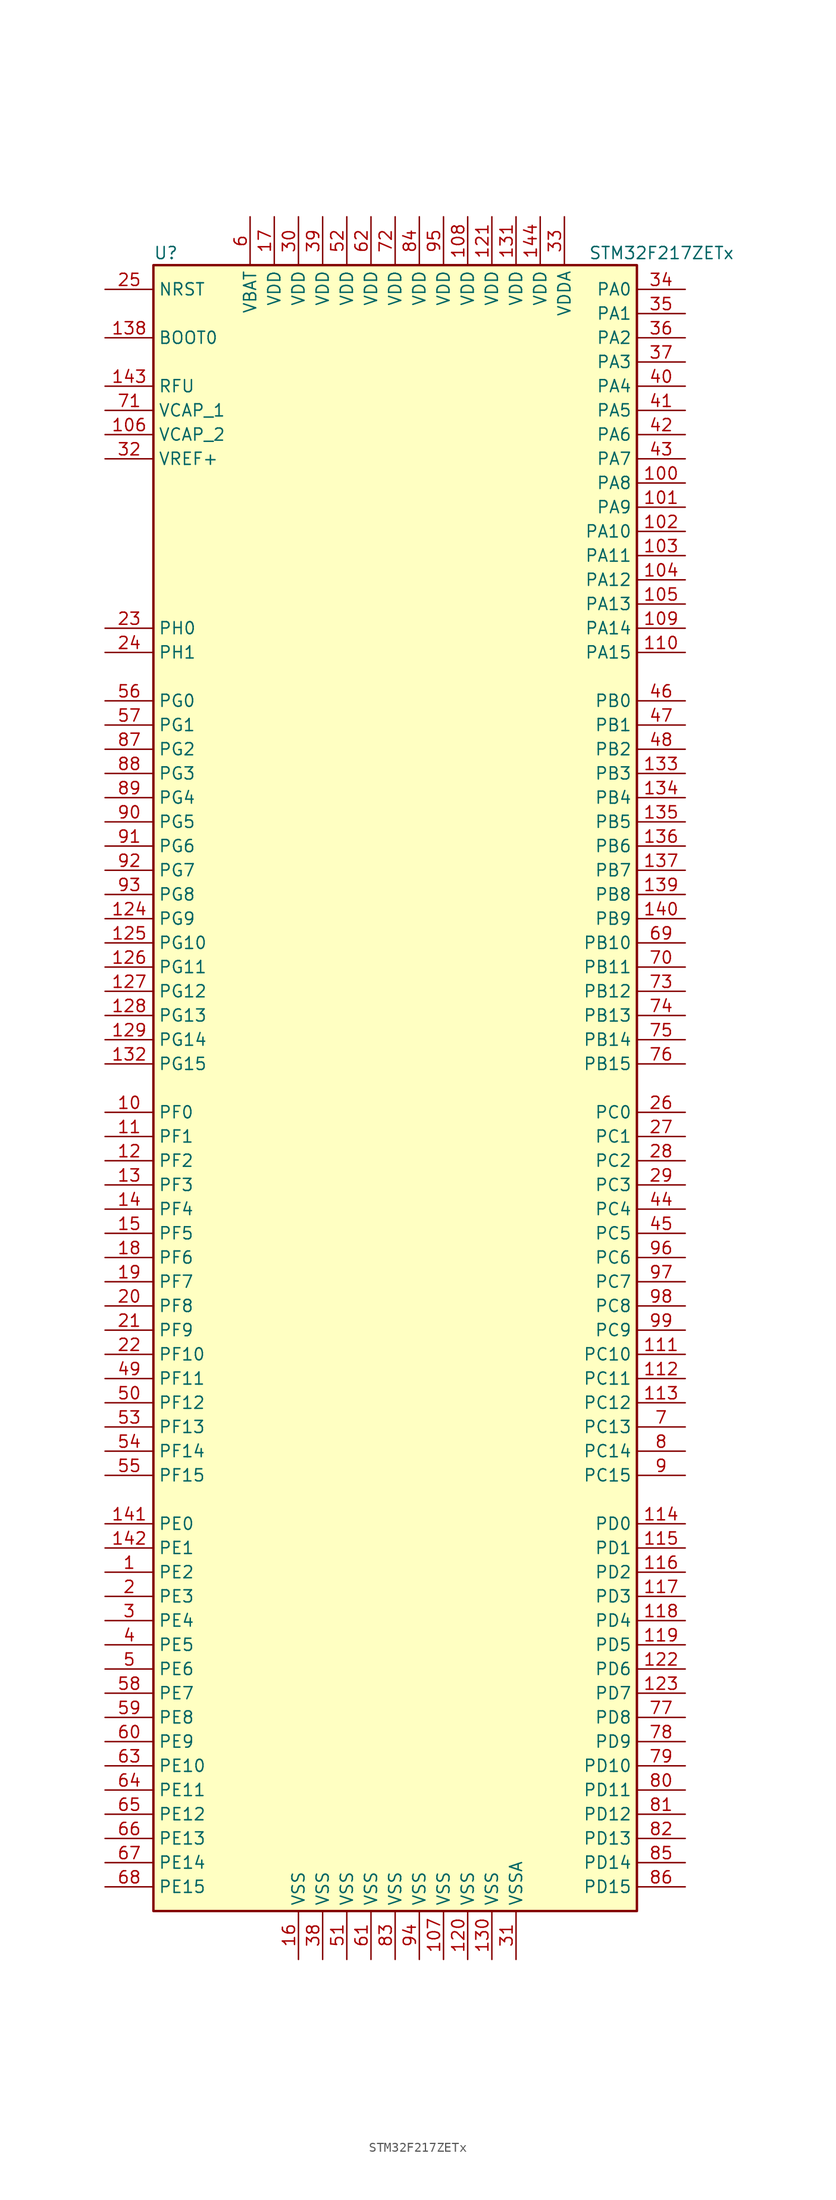
<source format=kicad_sym>
(kicad_symbol_lib
  (version 20201005)
  (generator kicad_symbol_editor)
  (symbol "STM32F217ZETx"
    (property "Reference" "U"
      (at -25.4 87.63 0)
      (effects (font (size 1.27 1.27)) (justify left)))
    (property "Value" "STM32F217ZETx"
      (at 20.32 87.63 0)
      (effects (font (size 1.27 1.27)) (justify left)))
    (symbol "STM32F217ZETx_0_1"
      (rectangle (start -25.4 -86.36) (end 25.4 86.36) (stroke (width 0.254)) (fill (type background))))
    (symbol "STM32F217ZETx_1_1"
      (pin input line (at -30.48 78.74 0) (length 5.08) (name "BOOT0" (effects (font (size 1.27 1.27)))) (number "138" (effects (font (size 1.27 1.27)))))
      (pin input line (at -30.48 83.82 0) (length 5.08) (name "NRST" (effects (font (size 1.27 1.27)))) (number "25" (effects (font (size 1.27 1.27)))))
      (pin bidirectional line (at 30.48 83.82 180) (length 5.08) (name "PA0" (effects (font (size 1.27 1.27)))) (number "34" (effects (font (size 1.27 1.27)))))
      (pin bidirectional line (at 30.48 81.28 180) (length 5.08) (name "PA1" (effects (font (size 1.27 1.27)))) (number "35" (effects (font (size 1.27 1.27)))))
      (pin bidirectional line (at 30.48 58.42 180) (length 5.08) (name "PA10" (effects (font (size 1.27 1.27)))) (number "102" (effects (font (size 1.27 1.27)))))
      (pin bidirectional line (at 30.48 55.88 180) (length 5.08) (name "PA11" (effects (font (size 1.27 1.27)))) (number "103" (effects (font (size 1.27 1.27)))))
      (pin bidirectional line (at 30.48 53.34 180) (length 5.08) (name "PA12" (effects (font (size 1.27 1.27)))) (number "104" (effects (font (size 1.27 1.27)))))
      (pin bidirectional line (at 30.48 50.8 180) (length 5.08) (name "PA13" (effects (font (size 1.27 1.27)))) (number "105" (effects (font (size 1.27 1.27)))))
      (pin bidirectional line (at 30.48 48.26 180) (length 5.08) (name "PA14" (effects (font (size 1.27 1.27)))) (number "109" (effects (font (size 1.27 1.27)))))
      (pin bidirectional line (at 30.48 45.72 180) (length 5.08) (name "PA15" (effects (font (size 1.27 1.27)))) (number "110" (effects (font (size 1.27 1.27)))))
      (pin bidirectional line (at 30.48 78.74 180) (length 5.08) (name "PA2" (effects (font (size 1.27 1.27)))) (number "36" (effects (font (size 1.27 1.27)))))
      (pin bidirectional line (at 30.48 76.2 180) (length 5.08) (name "PA3" (effects (font (size 1.27 1.27)))) (number "37" (effects (font (size 1.27 1.27)))))
      (pin bidirectional line (at 30.48 73.66 180) (length 5.08) (name "PA4" (effects (font (size 1.27 1.27)))) (number "40" (effects (font (size 1.27 1.27)))))
      (pin bidirectional line (at 30.48 71.12 180) (length 5.08) (name "PA5" (effects (font (size 1.27 1.27)))) (number "41" (effects (font (size 1.27 1.27)))))
      (pin bidirectional line (at 30.48 68.58 180) (length 5.08) (name "PA6" (effects (font (size 1.27 1.27)))) (number "42" (effects (font (size 1.27 1.27)))))
      (pin bidirectional line (at 30.48 66.04 180) (length 5.08) (name "PA7" (effects (font (size 1.27 1.27)))) (number "43" (effects (font (size 1.27 1.27)))))
      (pin bidirectional line (at 30.48 63.5 180) (length 5.08) (name "PA8" (effects (font (size 1.27 1.27)))) (number "100" (effects (font (size 1.27 1.27)))))
      (pin bidirectional line (at 30.48 60.96 180) (length 5.08) (name "PA9" (effects (font (size 1.27 1.27)))) (number "101" (effects (font (size 1.27 1.27)))))
      (pin bidirectional line (at 30.48 40.64 180) (length 5.08) (name "PB0" (effects (font (size 1.27 1.27)))) (number "46" (effects (font (size 1.27 1.27)))))
      (pin bidirectional line (at 30.48 38.1 180) (length 5.08) (name "PB1" (effects (font (size 1.27 1.27)))) (number "47" (effects (font (size 1.27 1.27)))))
      (pin bidirectional line (at 30.48 15.24 180) (length 5.08) (name "PB10" (effects (font (size 1.27 1.27)))) (number "69" (effects (font (size 1.27 1.27)))))
      (pin bidirectional line (at 30.48 12.7 180) (length 5.08) (name "PB11" (effects (font (size 1.27 1.27)))) (number "70" (effects (font (size 1.27 1.27)))))
      (pin bidirectional line (at 30.48 10.16 180) (length 5.08) (name "PB12" (effects (font (size 1.27 1.27)))) (number "73" (effects (font (size 1.27 1.27)))))
      (pin bidirectional line (at 30.48 7.62 180) (length 5.08) (name "PB13" (effects (font (size 1.27 1.27)))) (number "74" (effects (font (size 1.27 1.27)))))
      (pin bidirectional line (at 30.48 5.08 180) (length 5.08) (name "PB14" (effects (font (size 1.27 1.27)))) (number "75" (effects (font (size 1.27 1.27)))))
      (pin bidirectional line (at 30.48 2.54 180) (length 5.08) (name "PB15" (effects (font (size 1.27 1.27)))) (number "76" (effects (font (size 1.27 1.27)))))
      (pin bidirectional line (at 30.48 35.56 180) (length 5.08) (name "PB2" (effects (font (size 1.27 1.27)))) (number "48" (effects (font (size 1.27 1.27)))))
      (pin bidirectional line (at 30.48 33.02 180) (length 5.08) (name "PB3" (effects (font (size 1.27 1.27)))) (number "133" (effects (font (size 1.27 1.27)))))
      (pin bidirectional line (at 30.48 30.48 180) (length 5.08) (name "PB4" (effects (font (size 1.27 1.27)))) (number "134" (effects (font (size 1.27 1.27)))))
      (pin bidirectional line (at 30.48 27.94 180) (length 5.08) (name "PB5" (effects (font (size 1.27 1.27)))) (number "135" (effects (font (size 1.27 1.27)))))
      (pin bidirectional line (at 30.48 25.4 180) (length 5.08) (name "PB6" (effects (font (size 1.27 1.27)))) (number "136" (effects (font (size 1.27 1.27)))))
      (pin bidirectional line (at 30.48 22.86 180) (length 5.08) (name "PB7" (effects (font (size 1.27 1.27)))) (number "137" (effects (font (size 1.27 1.27)))))
      (pin bidirectional line (at 30.48 20.32 180) (length 5.08) (name "PB8" (effects (font (size 1.27 1.27)))) (number "139" (effects (font (size 1.27 1.27)))))
      (pin bidirectional line (at 30.48 17.78 180) (length 5.08) (name "PB9" (effects (font (size 1.27 1.27)))) (number "140" (effects (font (size 1.27 1.27)))))
      (pin bidirectional line (at 30.48 -2.54 180) (length 5.08) (name "PC0" (effects (font (size 1.27 1.27)))) (number "26" (effects (font (size 1.27 1.27)))))
      (pin bidirectional line (at 30.48 -5.08 180) (length 5.08) (name "PC1" (effects (font (size 1.27 1.27)))) (number "27" (effects (font (size 1.27 1.27)))))
      (pin bidirectional line (at 30.48 -27.94 180) (length 5.08) (name "PC10" (effects (font (size 1.27 1.27)))) (number "111" (effects (font (size 1.27 1.27)))))
      (pin bidirectional line (at 30.48 -30.48 180) (length 5.08) (name "PC11" (effects (font (size 1.27 1.27)))) (number "112" (effects (font (size 1.27 1.27)))))
      (pin bidirectional line (at 30.48 -33.02 180) (length 5.08) (name "PC12" (effects (font (size 1.27 1.27)))) (number "113" (effects (font (size 1.27 1.27)))))
      (pin bidirectional line (at 30.48 -35.56 180) (length 5.08) (name "PC13" (effects (font (size 1.27 1.27)))) (number "7" (effects (font (size 1.27 1.27)))))
      (pin bidirectional line (at 30.48 -38.1 180) (length 5.08) (name "PC14" (effects (font (size 1.27 1.27)))) (number "8" (effects (font (size 1.27 1.27)))))
      (pin bidirectional line (at 30.48 -40.64 180) (length 5.08) (name "PC15" (effects (font (size 1.27 1.27)))) (number "9" (effects (font (size 1.27 1.27)))))
      (pin bidirectional line (at 30.48 -7.62 180) (length 5.08) (name "PC2" (effects (font (size 1.27 1.27)))) (number "28" (effects (font (size 1.27 1.27)))))
      (pin bidirectional line (at 30.48 -10.16 180) (length 5.08) (name "PC3" (effects (font (size 1.27 1.27)))) (number "29" (effects (font (size 1.27 1.27)))))
      (pin bidirectional line (at 30.48 -12.7 180) (length 5.08) (name "PC4" (effects (font (size 1.27 1.27)))) (number "44" (effects (font (size 1.27 1.27)))))
      (pin bidirectional line (at 30.48 -15.24 180) (length 5.08) (name "PC5" (effects (font (size 1.27 1.27)))) (number "45" (effects (font (size 1.27 1.27)))))
      (pin bidirectional line (at 30.48 -17.78 180) (length 5.08) (name "PC6" (effects (font (size 1.27 1.27)))) (number "96" (effects (font (size 1.27 1.27)))))
      (pin bidirectional line (at 30.48 -20.32 180) (length 5.08) (name "PC7" (effects (font (size 1.27 1.27)))) (number "97" (effects (font (size 1.27 1.27)))))
      (pin bidirectional line (at 30.48 -22.86 180) (length 5.08) (name "PC8" (effects (font (size 1.27 1.27)))) (number "98" (effects (font (size 1.27 1.27)))))
      (pin bidirectional line (at 30.48 -25.4 180) (length 5.08) (name "PC9" (effects (font (size 1.27 1.27)))) (number "99" (effects (font (size 1.27 1.27)))))
      (pin bidirectional line (at 30.48 -45.72 180) (length 5.08) (name "PD0" (effects (font (size 1.27 1.27)))) (number "114" (effects (font (size 1.27 1.27)))))
      (pin bidirectional line (at 30.48 -48.26 180) (length 5.08) (name "PD1" (effects (font (size 1.27 1.27)))) (number "115" (effects (font (size 1.27 1.27)))))
      (pin bidirectional line (at 30.48 -71.12 180) (length 5.08) (name "PD10" (effects (font (size 1.27 1.27)))) (number "79" (effects (font (size 1.27 1.27)))))
      (pin bidirectional line (at 30.48 -73.66 180) (length 5.08) (name "PD11" (effects (font (size 1.27 1.27)))) (number "80" (effects (font (size 1.27 1.27)))))
      (pin bidirectional line (at 30.48 -76.2 180) (length 5.08) (name "PD12" (effects (font (size 1.27 1.27)))) (number "81" (effects (font (size 1.27 1.27)))))
      (pin bidirectional line (at 30.48 -78.74 180) (length 5.08) (name "PD13" (effects (font (size 1.27 1.27)))) (number "82" (effects (font (size 1.27 1.27)))))
      (pin bidirectional line (at 30.48 -81.28 180) (length 5.08) (name "PD14" (effects (font (size 1.27 1.27)))) (number "85" (effects (font (size 1.27 1.27)))))
      (pin bidirectional line (at 30.48 -83.82 180) (length 5.08) (name "PD15" (effects (font (size 1.27 1.27)))) (number "86" (effects (font (size 1.27 1.27)))))
      (pin bidirectional line (at 30.48 -50.8 180) (length 5.08) (name "PD2" (effects (font (size 1.27 1.27)))) (number "116" (effects (font (size 1.27 1.27)))))
      (pin bidirectional line (at 30.48 -53.34 180) (length 5.08) (name "PD3" (effects (font (size 1.27 1.27)))) (number "117" (effects (font (size 1.27 1.27)))))
      (pin bidirectional line (at 30.48 -55.88 180) (length 5.08) (name "PD4" (effects (font (size 1.27 1.27)))) (number "118" (effects (font (size 1.27 1.27)))))
      (pin bidirectional line (at 30.48 -58.42 180) (length 5.08) (name "PD5" (effects (font (size 1.27 1.27)))) (number "119" (effects (font (size 1.27 1.27)))))
      (pin bidirectional line (at 30.48 -60.96 180) (length 5.08) (name "PD6" (effects (font (size 1.27 1.27)))) (number "122" (effects (font (size 1.27 1.27)))))
      (pin bidirectional line (at 30.48 -63.5 180) (length 5.08) (name "PD7" (effects (font (size 1.27 1.27)))) (number "123" (effects (font (size 1.27 1.27)))))
      (pin bidirectional line (at 30.48 -66.04 180) (length 5.08) (name "PD8" (effects (font (size 1.27 1.27)))) (number "77" (effects (font (size 1.27 1.27)))))
      (pin bidirectional line (at 30.48 -68.58 180) (length 5.08) (name "PD9" (effects (font (size 1.27 1.27)))) (number "78" (effects (font (size 1.27 1.27)))))
      (pin bidirectional line (at -30.48 -45.72 0) (length 5.08) (name "PE0" (effects (font (size 1.27 1.27)))) (number "141" (effects (font (size 1.27 1.27)))))
      (pin bidirectional line (at -30.48 -48.26 0) (length 5.08) (name "PE1" (effects (font (size 1.27 1.27)))) (number "142" (effects (font (size 1.27 1.27)))))
      (pin bidirectional line (at -30.48 -71.12 0) (length 5.08) (name "PE10" (effects (font (size 1.27 1.27)))) (number "63" (effects (font (size 1.27 1.27)))))
      (pin bidirectional line (at -30.48 -73.66 0) (length 5.08) (name "PE11" (effects (font (size 1.27 1.27)))) (number "64" (effects (font (size 1.27 1.27)))))
      (pin bidirectional line (at -30.48 -76.2 0) (length 5.08) (name "PE12" (effects (font (size 1.27 1.27)))) (number "65" (effects (font (size 1.27 1.27)))))
      (pin bidirectional line (at -30.48 -78.74 0) (length 5.08) (name "PE13" (effects (font (size 1.27 1.27)))) (number "66" (effects (font (size 1.27 1.27)))))
      (pin bidirectional line (at -30.48 -81.28 0) (length 5.08) (name "PE14" (effects (font (size 1.27 1.27)))) (number "67" (effects (font (size 1.27 1.27)))))
      (pin bidirectional line (at -30.48 -83.82 0) (length 5.08) (name "PE15" (effects (font (size 1.27 1.27)))) (number "68" (effects (font (size 1.27 1.27)))))
      (pin bidirectional line (at -30.48 -50.8 0) (length 5.08) (name "PE2" (effects (font (size 1.27 1.27)))) (number "1" (effects (font (size 1.27 1.27)))))
      (pin bidirectional line (at -30.48 -53.34 0) (length 5.08) (name "PE3" (effects (font (size 1.27 1.27)))) (number "2" (effects (font (size 1.27 1.27)))))
      (pin bidirectional line (at -30.48 -55.88 0) (length 5.08) (name "PE4" (effects (font (size 1.27 1.27)))) (number "3" (effects (font (size 1.27 1.27)))))
      (pin bidirectional line (at -30.48 -58.42 0) (length 5.08) (name "PE5" (effects (font (size 1.27 1.27)))) (number "4" (effects (font (size 1.27 1.27)))))
      (pin bidirectional line (at -30.48 -60.96 0) (length 5.08) (name "PE6" (effects (font (size 1.27 1.27)))) (number "5" (effects (font (size 1.27 1.27)))))
      (pin bidirectional line (at -30.48 -63.5 0) (length 5.08) (name "PE7" (effects (font (size 1.27 1.27)))) (number "58" (effects (font (size 1.27 1.27)))))
      (pin bidirectional line (at -30.48 -66.04 0) (length 5.08) (name "PE8" (effects (font (size 1.27 1.27)))) (number "59" (effects (font (size 1.27 1.27)))))
      (pin bidirectional line (at -30.48 -68.58 0) (length 5.08) (name "PE9" (effects (font (size 1.27 1.27)))) (number "60" (effects (font (size 1.27 1.27)))))
      (pin bidirectional line (at -30.48 -2.54 0) (length 5.08) (name "PF0" (effects (font (size 1.27 1.27)))) (number "10" (effects (font (size 1.27 1.27)))))
      (pin bidirectional line (at -30.48 -5.08 0) (length 5.08) (name "PF1" (effects (font (size 1.27 1.27)))) (number "11" (effects (font (size 1.27 1.27)))))
      (pin bidirectional line (at -30.48 -27.94 0) (length 5.08) (name "PF10" (effects (font (size 1.27 1.27)))) (number "22" (effects (font (size 1.27 1.27)))))
      (pin bidirectional line (at -30.48 -30.48 0) (length 5.08) (name "PF11" (effects (font (size 1.27 1.27)))) (number "49" (effects (font (size 1.27 1.27)))))
      (pin bidirectional line (at -30.48 -33.02 0) (length 5.08) (name "PF12" (effects (font (size 1.27 1.27)))) (number "50" (effects (font (size 1.27 1.27)))))
      (pin bidirectional line (at -30.48 -35.56 0) (length 5.08) (name "PF13" (effects (font (size 1.27 1.27)))) (number "53" (effects (font (size 1.27 1.27)))))
      (pin bidirectional line (at -30.48 -38.1 0) (length 5.08) (name "PF14" (effects (font (size 1.27 1.27)))) (number "54" (effects (font (size 1.27 1.27)))))
      (pin bidirectional line (at -30.48 -40.64 0) (length 5.08) (name "PF15" (effects (font (size 1.27 1.27)))) (number "55" (effects (font (size 1.27 1.27)))))
      (pin bidirectional line (at -30.48 -7.62 0) (length 5.08) (name "PF2" (effects (font (size 1.27 1.27)))) (number "12" (effects (font (size 1.27 1.27)))))
      (pin bidirectional line (at -30.48 -10.16 0) (length 5.08) (name "PF3" (effects (font (size 1.27 1.27)))) (number "13" (effects (font (size 1.27 1.27)))))
      (pin bidirectional line (at -30.48 -12.7 0) (length 5.08) (name "PF4" (effects (font (size 1.27 1.27)))) (number "14" (effects (font (size 1.27 1.27)))))
      (pin bidirectional line (at -30.48 -15.24 0) (length 5.08) (name "PF5" (effects (font (size 1.27 1.27)))) (number "15" (effects (font (size 1.27 1.27)))))
      (pin bidirectional line (at -30.48 -17.78 0) (length 5.08) (name "PF6" (effects (font (size 1.27 1.27)))) (number "18" (effects (font (size 1.27 1.27)))))
      (pin bidirectional line (at -30.48 -20.32 0) (length 5.08) (name "PF7" (effects (font (size 1.27 1.27)))) (number "19" (effects (font (size 1.27 1.27)))))
      (pin bidirectional line (at -30.48 -22.86 0) (length 5.08) (name "PF8" (effects (font (size 1.27 1.27)))) (number "20" (effects (font (size 1.27 1.27)))))
      (pin bidirectional line (at -30.48 -25.4 0) (length 5.08) (name "PF9" (effects (font (size 1.27 1.27)))) (number "21" (effects (font (size 1.27 1.27)))))
      (pin bidirectional line (at -30.48 40.64 0) (length 5.08) (name "PG0" (effects (font (size 1.27 1.27)))) (number "56" (effects (font (size 1.27 1.27)))))
      (pin bidirectional line (at -30.48 38.1 0) (length 5.08) (name "PG1" (effects (font (size 1.27 1.27)))) (number "57" (effects (font (size 1.27 1.27)))))
      (pin bidirectional line (at -30.48 15.24 0) (length 5.08) (name "PG10" (effects (font (size 1.27 1.27)))) (number "125" (effects (font (size 1.27 1.27)))))
      (pin bidirectional line (at -30.48 12.7 0) (length 5.08) (name "PG11" (effects (font (size 1.27 1.27)))) (number "126" (effects (font (size 1.27 1.27)))))
      (pin bidirectional line (at -30.48 10.16 0) (length 5.08) (name "PG12" (effects (font (size 1.27 1.27)))) (number "127" (effects (font (size 1.27 1.27)))))
      (pin bidirectional line (at -30.48 7.62 0) (length 5.08) (name "PG13" (effects (font (size 1.27 1.27)))) (number "128" (effects (font (size 1.27 1.27)))))
      (pin bidirectional line (at -30.48 5.08 0) (length 5.08) (name "PG14" (effects (font (size 1.27 1.27)))) (number "129" (effects (font (size 1.27 1.27)))))
      (pin bidirectional line (at -30.48 2.54 0) (length 5.08) (name "PG15" (effects (font (size 1.27 1.27)))) (number "132" (effects (font (size 1.27 1.27)))))
      (pin bidirectional line (at -30.48 35.56 0) (length 5.08) (name "PG2" (effects (font (size 1.27 1.27)))) (number "87" (effects (font (size 1.27 1.27)))))
      (pin bidirectional line (at -30.48 33.02 0) (length 5.08) (name "PG3" (effects (font (size 1.27 1.27)))) (number "88" (effects (font (size 1.27 1.27)))))
      (pin bidirectional line (at -30.48 30.48 0) (length 5.08) (name "PG4" (effects (font (size 1.27 1.27)))) (number "89" (effects (font (size 1.27 1.27)))))
      (pin bidirectional line (at -30.48 27.94 0) (length 5.08) (name "PG5" (effects (font (size 1.27 1.27)))) (number "90" (effects (font (size 1.27 1.27)))))
      (pin bidirectional line (at -30.48 25.4 0) (length 5.08) (name "PG6" (effects (font (size 1.27 1.27)))) (number "91" (effects (font (size 1.27 1.27)))))
      (pin bidirectional line (at -30.48 22.86 0) (length 5.08) (name "PG7" (effects (font (size 1.27 1.27)))) (number "92" (effects (font (size 1.27 1.27)))))
      (pin bidirectional line (at -30.48 20.32 0) (length 5.08) (name "PG8" (effects (font (size 1.27 1.27)))) (number "93" (effects (font (size 1.27 1.27)))))
      (pin bidirectional line (at -30.48 17.78 0) (length 5.08) (name "PG9" (effects (font (size 1.27 1.27)))) (number "124" (effects (font (size 1.27 1.27)))))
      (pin input line (at -30.48 48.26 0) (length 5.08) (name "PH0" (effects (font (size 1.27 1.27)))) (number "23" (effects (font (size 1.27 1.27)))))
      (pin input line (at -30.48 45.72 0) (length 5.08) (name "PH1" (effects (font (size 1.27 1.27)))) (number "24" (effects (font (size 1.27 1.27)))))
      (pin power_in line (at -30.48 73.66 0) (length 5.08) (name "RFU" (effects (font (size 1.27 1.27)))) (number "143" (effects (font (size 1.27 1.27)))))
      (pin power_in line (at -15.24 91.44 270) (length 5.08) (name "VBAT" (effects (font (size 1.27 1.27)))) (number "6" (effects (font (size 1.27 1.27)))))
      (pin power_in line (at -30.48 71.12 0) (length 5.08) (name "VCAP_1" (effects (font (size 1.27 1.27)))) (number "71" (effects (font (size 1.27 1.27)))))
      (pin power_in line (at -30.48 68.58 0) (length 5.08) (name "VCAP_2" (effects (font (size 1.27 1.27)))) (number "106" (effects (font (size 1.27 1.27)))))
      (pin power_in line (at 7.62 91.44 270) (length 5.08) (name "VDD" (effects (font (size 1.27 1.27)))) (number "108" (effects (font (size 1.27 1.27)))))
      (pin power_in line (at 10.16 91.44 270) (length 5.08) (name "VDD" (effects (font (size 1.27 1.27)))) (number "121" (effects (font (size 1.27 1.27)))))
      (pin power_in line (at 12.7 91.44 270) (length 5.08) (name "VDD" (effects (font (size 1.27 1.27)))) (number "131" (effects (font (size 1.27 1.27)))))
      (pin power_in line (at 15.24 91.44 270) (length 5.08) (name "VDD" (effects (font (size 1.27 1.27)))) (number "144" (effects (font (size 1.27 1.27)))))
      (pin power_in line (at -12.7 91.44 270) (length 5.08) (name "VDD" (effects (font (size 1.27 1.27)))) (number "17" (effects (font (size 1.27 1.27)))))
      (pin power_in line (at -10.16 91.44 270) (length 5.08) (name "VDD" (effects (font (size 1.27 1.27)))) (number "30" (effects (font (size 1.27 1.27)))))
      (pin power_in line (at -7.62 91.44 270) (length 5.08) (name "VDD" (effects (font (size 1.27 1.27)))) (number "39" (effects (font (size 1.27 1.27)))))
      (pin power_in line (at -5.08 91.44 270) (length 5.08) (name "VDD" (effects (font (size 1.27 1.27)))) (number "52" (effects (font (size 1.27 1.27)))))
      (pin power_in line (at -2.54 91.44 270) (length 5.08) (name "VDD" (effects (font (size 1.27 1.27)))) (number "62" (effects (font (size 1.27 1.27)))))
      (pin power_in line (at 0 91.44 270) (length 5.08) (name "VDD" (effects (font (size 1.27 1.27)))) (number "72" (effects (font (size 1.27 1.27)))))
      (pin power_in line (at 2.54 91.44 270) (length 5.08) (name "VDD" (effects (font (size 1.27 1.27)))) (number "84" (effects (font (size 1.27 1.27)))))
      (pin power_in line (at 5.08 91.44 270) (length 5.08) (name "VDD" (effects (font (size 1.27 1.27)))) (number "95" (effects (font (size 1.27 1.27)))))
      (pin power_in line (at 17.78 91.44 270) (length 5.08) (name "VDDA" (effects (font (size 1.27 1.27)))) (number "33" (effects (font (size 1.27 1.27)))))
      (pin power_in line (at -30.48 66.04 0) (length 5.08) (name "VREF+" (effects (font (size 1.27 1.27)))) (number "32" (effects (font (size 1.27 1.27)))))
      (pin power_in line (at 5.08 -91.44 90) (length 5.08) (name "VSS" (effects (font (size 1.27 1.27)))) (number "107" (effects (font (size 1.27 1.27)))))
      (pin power_in line (at 7.62 -91.44 90) (length 5.08) (name "VSS" (effects (font (size 1.27 1.27)))) (number "120" (effects (font (size 1.27 1.27)))))
      (pin power_in line (at 10.16 -91.44 90) (length 5.08) (name "VSS" (effects (font (size 1.27 1.27)))) (number "130" (effects (font (size 1.27 1.27)))))
      (pin power_in line (at -10.16 -91.44 90) (length 5.08) (name "VSS" (effects (font (size 1.27 1.27)))) (number "16" (effects (font (size 1.27 1.27)))))
      (pin power_in line (at -7.62 -91.44 90) (length 5.08) (name "VSS" (effects (font (size 1.27 1.27)))) (number "38" (effects (font (size 1.27 1.27)))))
      (pin power_in line (at -5.08 -91.44 90) (length 5.08) (name "VSS" (effects (font (size 1.27 1.27)))) (number "51" (effects (font (size 1.27 1.27)))))
      (pin power_in line (at -2.54 -91.44 90) (length 5.08) (name "VSS" (effects (font (size 1.27 1.27)))) (number "61" (effects (font (size 1.27 1.27)))))
      (pin power_in line (at 0 -91.44 90) (length 5.08) (name "VSS" (effects (font (size 1.27 1.27)))) (number "83" (effects (font (size 1.27 1.27)))))
      (pin power_in line (at 2.54 -91.44 90) (length 5.08) (name "VSS" (effects (font (size 1.27 1.27)))) (number "94" (effects (font (size 1.27 1.27)))))
      (pin power_in line (at 12.7 -91.44 90) (length 5.08) (name "VSSA" (effects (font (size 1.27 1.27)))) (number "31" (effects (font (size 1.27 1.27))))))))
</source>
